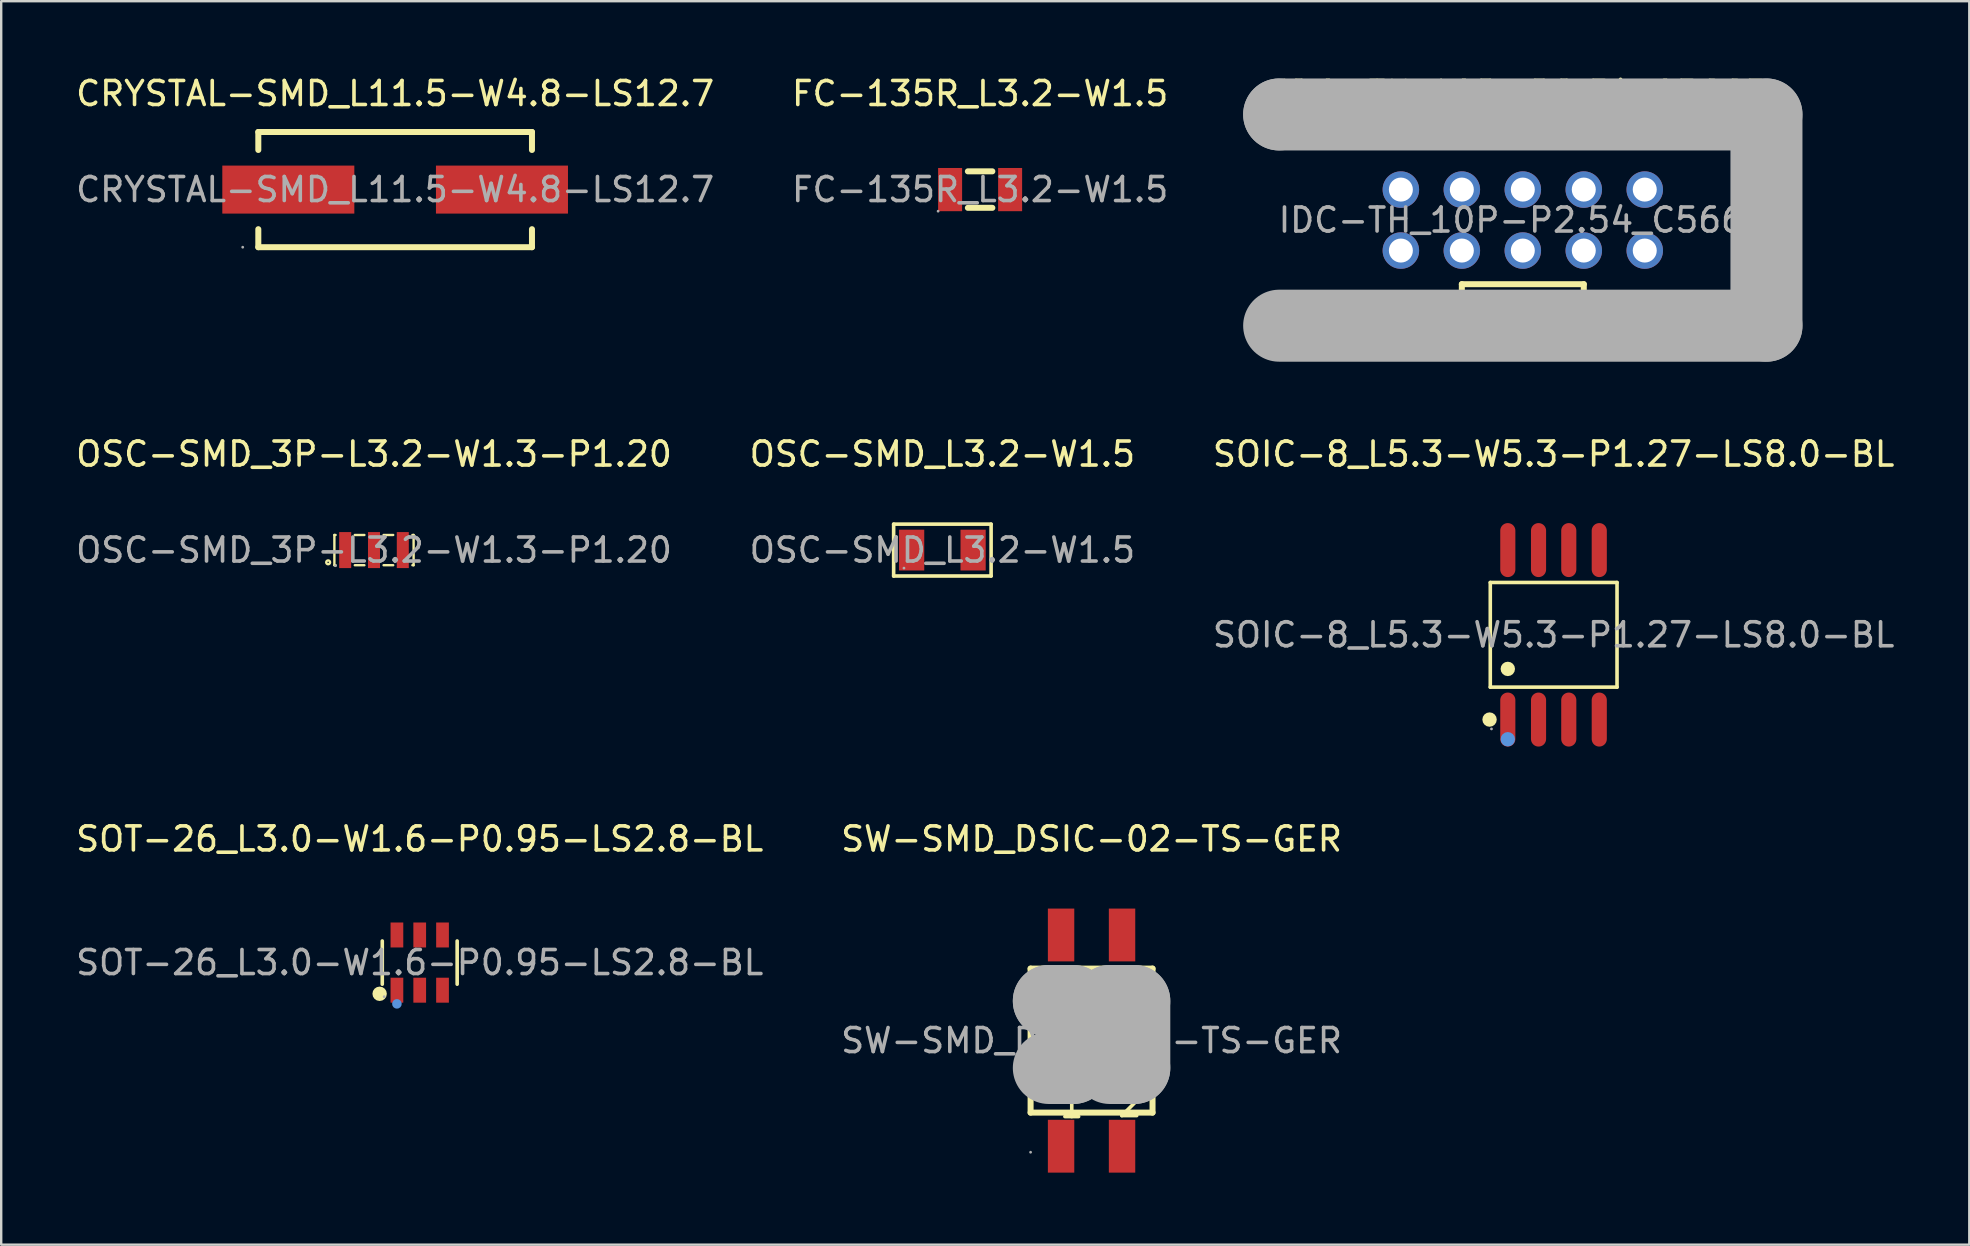
<source format=kicad_pcb>
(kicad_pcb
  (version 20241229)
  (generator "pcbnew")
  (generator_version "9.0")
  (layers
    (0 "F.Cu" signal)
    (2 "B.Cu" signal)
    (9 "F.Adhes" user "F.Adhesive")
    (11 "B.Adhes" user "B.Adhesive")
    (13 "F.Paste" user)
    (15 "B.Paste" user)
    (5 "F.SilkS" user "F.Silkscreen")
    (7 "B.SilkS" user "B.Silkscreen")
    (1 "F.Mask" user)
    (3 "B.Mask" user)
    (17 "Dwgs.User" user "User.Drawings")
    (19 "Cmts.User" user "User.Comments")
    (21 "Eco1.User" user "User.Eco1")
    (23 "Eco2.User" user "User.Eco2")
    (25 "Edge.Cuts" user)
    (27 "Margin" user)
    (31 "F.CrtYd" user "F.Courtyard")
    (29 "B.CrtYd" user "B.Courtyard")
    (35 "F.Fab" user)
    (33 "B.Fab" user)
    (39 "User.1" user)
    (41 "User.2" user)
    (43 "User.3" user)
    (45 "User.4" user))
  (footprint "OSC-SMD_L3.2-W1.5"
    (layer "F.Cu")
    (at 36.208 19.866)
    (property "Reference" "OSC-SMD_L3.2-W1.5" (at 0 -4 0) (layer "F.SilkS") (effects (font (size 1 1) (thickness 0.15))))
    (attr smd)
    (fp_line (start -2.03 -1.08) (end 2.03 -1.08) (stroke (width 0.15) (type solid)) (layer "F.SilkS"))
    (fp_line (start -2.03 1.08) (end -2.03 -1.08) (stroke (width 0.15) (type solid)) (layer "F.SilkS"))
    (fp_line (start 2.03 -1.08) (end 2.03 1.08) (stroke (width 0.15) (type solid)) (layer "F.SilkS"))
    (fp_line (start 2.03 1.08) (end -2.03 1.08) (stroke (width 0.15) (type solid)) (layer "F.SilkS"))
    (fp_circle (center -1.6 0.75) (end -1.57 0.75) (stroke (width 0.06) (type solid)) (fill no) (layer "F.Fab"))
    (fp_text user "${REFERENCE}" (at 0 0 0) (layer "F.Fab") (effects (font (size 1 1) (thickness 0.15))))
    (pad "1" smd rect (at -1.28 0) (size 1.05 1.7) (layers "F.Cu" "F.Mask" "F.Paste"))
    (pad "2" smd rect (at 1.28 0) (size 1.05 1.7) (layers "F.Cu" "F.Mask" "F.Paste")))
  (footprint "IDC-TH_10P-P2.54_C5665"
    (layer "F.Cu")
    (at 60.388 6.118)
    (property "Reference" "IDC-TH_10P-P2.54_C5665" (at 0 -5.27 0) (layer "F.SilkS") (effects (font (size 1 1) (thickness 0.15))))
    (attr through_hole)
    (fp_line (start -2.54 2.67) (end -2.54 4.45) (stroke (width 0.25) (type solid)) (layer "F.SilkS"))
    (fp_line (start -2.54 2.67) (end 2.54 2.67) (stroke (width 0.25) (type solid)) (layer "F.SilkS"))
    (fp_line (start -2.54 4.45) (end -2.49 4.37) (stroke (width 0.25) (type solid)) (layer "F.SilkS"))
    (fp_line (start 2.54 2.67) (end 2.54 4.42) (stroke (width 0.25) (type solid)) (layer "F.SilkS"))
    (fp_line (start 2.54 4.42) (end 2.54 4.37) (stroke (width 0.25) (type solid)) (layer "F.SilkS"))
    (fp_line (start -10.15 -4.4) (end -10.15 -4.4) (stroke (width 3) (type solid)) (layer "F.Fab"))
    (fp_line (start -10.15 -4.4) (end 10.15 -4.4) (stroke (width 3) (type solid)) (layer "F.Fab"))
    (fp_line (start 10.15 -4.4) (end 10.15 4.4) (stroke (width 3) (type solid)) (layer "F.Fab"))
    (fp_line (start 10.15 4.4) (end -10.15 4.4) (stroke (width 3) (type solid)) (layer "F.Fab"))
    (fp_circle (center -10.15 4.4) (end -10.12 4.4) (stroke (width 0.06) (type solid)) (fill no) (layer "F.Fab"))
    (fp_text user "${REFERENCE}" (at 0 0 0) (layer "F.Fab") (effects (font (size 1 1) (thickness 0.15))))
    (pad "1" thru_hole circle (at -5.08 1.27) (size 1.52 1.52) (drill 1) (layers "*.Cu" "*.Mask"))
    (pad "2" thru_hole circle (at -5.08 -1.27) (size 1.52 1.52) (drill 1) (layers "*.Cu" "*.Mask"))
    (pad "3" thru_hole circle (at -2.54 1.27) (size 1.52 1.52) (drill 1) (layers "*.Cu" "*.Mask"))
    (pad "4" thru_hole circle (at -2.54 -1.27) (size 1.52 1.52) (drill 1) (layers "*.Cu" "*.Mask"))
    (pad "5" thru_hole circle (at 0 1.27) (size 1.52 1.52) (drill 1) (layers "*.Cu" "*.Mask"))
    (pad "6" thru_hole circle (at 0 -1.27) (size 1.52 1.52) (drill 1) (layers "*.Cu" "*.Mask"))
    (pad "7" thru_hole circle (at 2.54 1.27) (size 1.52 1.52) (drill 1) (layers "*.Cu" "*.Mask"))
    (pad "8" thru_hole circle (at 2.54 -1.27) (size 1.52 1.52) (drill 1) (layers "*.Cu" "*.Mask"))
    (pad "9" thru_hole circle (at 5.08 1.27) (size 1.52 1.52) (drill 1) (layers "*.Cu" "*.Mask"))
    (pad "10" thru_hole circle (at 5.08 -1.27) (size 1.52 1.52) (drill 1) (layers "*.Cu" "*.Mask")))
  (footprint "FC-135R_L3.2-W1.5"
    (layer "F.Cu")
    (at 37.78 4.848)
    (property "Reference" "FC-135R_L3.2-W1.5" (at 0 -4 0) (layer "F.SilkS") (effects (font (size 1 1) (thickness 0.15))))
    (attr smd)
    (fp_line (start -0.51 -0.76) (end 0.51 -0.76) (stroke (width 0.25) (type solid)) (layer "F.SilkS"))
    (fp_line (start 0.51 0.76) (end -0.51 0.76) (stroke (width 0.25) (type solid)) (layer "F.SilkS"))
    (fp_circle (center -1.75 0.9) (end -1.72 0.9) (stroke (width 0.06) (type solid)) (fill no) (layer "F.Fab"))
    (fp_text user "${REFERENCE}" (at 0 0 0) (layer "F.Fab") (effects (font (size 1 1) (thickness 0.15))))
    (pad "1" smd rect (at -1.25 0 90) (size 1.8 1) (layers "F.Cu" "F.Mask" "F.Paste"))
    (pad "2" smd rect (at 1.25 0 90) (size 1.8 1) (layers "F.Cu" "F.Mask" "F.Paste")))
  (footprint "SOIC-8_L5.3-W5.3-P1.27-LS8.0-BL"
    (layer "F.Cu")
    (at 61.673 23.396)
    (property "Reference" "SOIC-8_L5.3-W5.3-P1.27-LS8.0-BL" (at 0 -7.53 0) (layer "F.SilkS") (effects (font (size 1 1) (thickness 0.15))))
    (attr smd)
    (fp_line (start -2.64 -2.18) (end 2.64 -2.18) (stroke (width 0.15) (type solid)) (layer "F.SilkS"))
    (fp_line (start -2.64 2.18) (end -2.64 -2.18) (stroke (width 0.15) (type solid)) (layer "F.SilkS"))
    (fp_line (start 2.64 -2.18) (end 2.64 2.18) (stroke (width 0.15) (type solid)) (layer "F.SilkS"))
    (fp_line (start 2.64 2.18) (end -2.64 2.18) (stroke (width 0.15) (type solid)) (layer "F.SilkS"))
    (fp_circle (center -2.67 3.53) (end -2.52 3.53) (stroke (width 0.3) (type solid)) (fill no) (layer "F.SilkS"))
    (fp_circle (center -1.91 1.42) (end -1.76 1.42) (stroke (width 0.3) (type solid)) (fill no) (layer "F.SilkS"))
    (fp_circle (center -1.91 4.35) (end -1.76 4.35) (stroke (width 0.3) (type solid)) (fill no) (layer "Cmts.User"))
    (fp_circle (center -2.59 3.92) (end -2.56 3.92) (stroke (width 0.06) (type solid)) (fill no) (layer "F.Fab"))
    (fp_text user "${REFERENCE}" (at 0 0 0) (layer "F.Fab") (effects (font (size 1 1) (thickness 0.15))))
    (pad "1" smd oval (at -1.91 3.53) (size 0.63 2.25) (layers "F.Cu" "F.Mask" "F.Paste"))
    (pad "2" smd oval (at -0.63 3.53) (size 0.63 2.25) (layers "F.Cu" "F.Mask" "F.Paste"))
    (pad "3" smd oval (at 0.63 3.53) (size 0.63 2.25) (layers "F.Cu" "F.Mask" "F.Paste"))
    (pad "4" smd oval (at 1.9 3.53) (size 0.63 2.25) (layers "F.Cu" "F.Mask" "F.Paste"))
    (pad "5" smd oval (at 1.9 -3.53) (size 0.63 2.25) (layers "F.Cu" "F.Mask" "F.Paste"))
    (pad "6" smd oval (at 0.63 -3.53) (size 0.63 2.25) (layers "F.Cu" "F.Mask" "F.Paste"))
    (pad "7" smd oval (at -0.63 -3.53) (size 0.63 2.25) (layers "F.Cu" "F.Mask" "F.Paste"))
    (pad "8" smd oval (at -1.91 -3.53) (size 0.63 2.25) (layers "F.Cu" "F.Mask" "F.Paste")))
  (footprint "CRYSTAL-SMD_L11.5-W4.8-LS12.7"
    (layer "F.Cu")
    (at 13.411 4.848)
    (property "Reference" "CRYSTAL-SMD_L11.5-W4.8-LS12.7" (at 0 -4 0) (layer "F.SilkS") (effects (font (size 1 1) (thickness 0.15))))
    (attr smd)
    (fp_line (start -5.7 -2.4) (end -5.7 -1.65) (stroke (width 0.25) (type solid)) (layer "F.SilkS"))
    (fp_line (start -5.7 2.4) (end -5.7 1.65) (stroke (width 0.25) (type solid)) (layer "F.SilkS"))
    (fp_line (start 5.7 -2.4) (end -5.7 -2.4) (stroke (width 0.25) (type solid)) (layer "F.SilkS"))
    (fp_line (start 5.7 -1.65) (end 5.7 -2.4) (stroke (width 0.25) (type solid)) (layer "F.SilkS"))
    (fp_line (start 5.7 1.65) (end 5.7 2.4) (stroke (width 0.25) (type solid)) (layer "F.SilkS"))
    (fp_line (start 5.7 2.4) (end -5.7 2.4) (stroke (width 0.25) (type solid)) (layer "F.SilkS"))
    (fp_circle (center -6.35 2.4) (end -6.32 2.4) (stroke (width 0.06) (type solid)) (fill no) (layer "F.Fab"))
    (fp_text user "${REFERENCE}" (at 0 0 0) (layer "F.Fab") (effects (font (size 1 1) (thickness 0.15))))
    (pad "1" smd rect (at -4.45 0) (size 5.5 2) (layers "F.Cu" "F.Mask" "F.Paste"))
    (pad "2" smd rect (at 4.45 0) (size 5.5 2) (layers "F.Cu" "F.Mask" "F.Paste")))
  (footprint "OSC-SMD_3P-L3.2-W1.3-P1.20"
    (layer "F.Cu")
    (at 12.53 19.866)
    (property "Reference" "OSC-SMD_3P-L3.2-W1.3-P1.20" (at 0 -4 0) (layer "F.SilkS") (effects (font (size 1 1) (thickness 0.15))))
    (attr smd)
    (fp_line (start -1.65 -0.63) (end -1.6 -0.63) (stroke (width 0.1) (type solid)) (layer "F.SilkS"))
    (fp_line (start -1.65 0.63) (end -1.65 -0.63) (stroke (width 0.1) (type solid)) (layer "F.SilkS"))
    (fp_line (start -1.6 0.63) (end -1.65 0.63) (stroke (width 0.1) (type solid)) (layer "F.SilkS"))
    (fp_line (start -0.8 -0.63) (end -0.4 -0.63) (stroke (width 0.1) (type solid)) (layer "F.SilkS"))
    (fp_line (start -0.4 0.63) (end -0.8 0.63) (stroke (width 0.1) (type solid)) (layer "F.SilkS"))
    (fp_line (start 0.4 -0.63) (end 0.8 -0.63) (stroke (width 0.1) (type solid)) (layer "F.SilkS"))
    (fp_line (start 0.8 0.63) (end 0.4 0.63) (stroke (width 0.1) (type solid)) (layer "F.SilkS"))
    (fp_line (start 1.6 -0.63) (end 1.65 -0.63) (stroke (width 0.1) (type solid)) (layer "F.SilkS"))
    (fp_line (start 1.65 -0.63) (end 1.65 0.63) (stroke (width 0.1) (type solid)) (layer "F.SilkS"))
    (fp_line (start 1.65 0.63) (end 1.6 0.63) (stroke (width 0.1) (type solid)) (layer "F.SilkS"))
    (fp_circle (center -1.91 0.51) (end -1.83 0.51) (stroke (width 0.1) (type solid)) (fill no) (layer "F.SilkS"))
    (fp_circle (center -1.6 0.65) (end -1.57 0.65) (stroke (width 0.06) (type solid)) (fill no) (layer "F.Fab"))
    (fp_text user "${REFERENCE}" (at 0 0 0) (layer "F.Fab") (effects (font (size 1 1) (thickness 0.15))))
    (pad "1" smd rect (at -1.2 0) (size 0.5 1.5) (layers "F.Cu" "F.Mask" "F.Paste"))
    (pad "2" smd rect (at 0 0) (size 0.5 1.5) (layers "F.Cu" "F.Mask" "F.Paste"))
    (pad "3" smd rect (at 1.2 0) (size 0.5 1.5) (layers "F.Cu" "F.Mask" "F.Paste")))
  (footprint "SOT-26_L3.0-W1.6-P0.95-LS2.8-BL"
    (layer "F.Cu")
    (at 14.435 37.05)
    (property "Reference" "SOT-26_L3.0-W1.6-P0.95-LS2.8-BL" (at 0 -5.15 0) (layer "F.SilkS") (effects (font (size 1 1) (thickness 0.15))))
    (attr smd)
    (fp_line (start -1.56 0.9) (end -1.56 -0.9) (stroke (width 0.15) (type solid)) (layer "F.SilkS"))
    (fp_line (start 1.56 0.9) (end 1.56 -0.9) (stroke (width 0.15) (type solid)) (layer "F.SilkS"))
    (fp_circle (center -1.67 1.3) (end -1.52 1.3) (stroke (width 0.3) (type solid)) (fill no) (layer "F.SilkS"))
    (fp_circle (center -0.95 1.72) (end -0.85 1.72) (stroke (width 0.2) (type solid)) (fill no) (layer "Cmts.User"))
    (fp_circle (center -1.48 1.42) (end -1.45 1.42) (stroke (width 0.06) (type solid)) (fill no) (layer "F.Fab"))
    (fp_text user "${REFERENCE}" (at 0 0 0) (layer "F.Fab") (effects (font (size 1 1) (thickness 0.15))))
    (pad "1" smd rect (at -0.95 1.15) (size 0.53 1.04) (layers "F.Cu" "F.Mask" "F.Paste"))
    (pad "2" smd rect (at 0 1.15) (size 0.53 1.04) (layers "F.Cu" "F.Mask" "F.Paste"))
    (pad "3" smd rect (at 0.95 1.15) (size 0.53 1.04) (layers "F.Cu" "F.Mask" "F.Paste"))
    (pad "4" smd rect (at 0.95 -1.15) (size 0.53 1.04) (layers "F.Cu" "F.Mask" "F.Paste"))
    (pad "5" smd rect (at 0 -1.15) (size 0.53 1.04) (layers "F.Cu" "F.Mask" "F.Paste"))
    (pad "6" smd rect (at -0.95 -1.15) (size 0.53 1.04) (layers "F.Cu" "F.Mask" "F.Paste")))
  (footprint "SW-SMD_DSIC-02-TS-GER"
    (layer "F.Cu")
    (at 42.423 40.3)
    (property "Reference" "SW-SMD_DSIC-02-TS-GER" (at 0 -8.4 0) (layer "F.SilkS") (effects (font (size 1 1) (thickness 0.15))))
    (attr smd)
    (fp_line (start -2.54 -3) (end -2.54 3) (stroke (width 0.25) (type solid)) (layer "F.SilkS"))
    (fp_line (start -2.54 -3) (end 2.54 -3) (stroke (width 0.25) (type solid)) (layer "F.SilkS"))
    (fp_line (start -2.54 3) (end 2.54 3) (stroke (width 0.25) (type solid)) (layer "F.SilkS"))
    (fp_line (start -1.78 -0.25) (end -0.89 -0.25) (stroke (width 0.25) (type solid)) (layer "F.SilkS"))
    (fp_line (start -1.65 -0.89) (end -0.89 -0.89) (stroke (width 0.25) (type solid)) (layer "F.SilkS"))
    (fp_line (start 0.76 -0.25) (end 1.65 -0.25) (stroke (width 0.25) (type solid)) (layer "F.SilkS"))
    (fp_line (start 0.89 -0.89) (end 1.65 -0.89) (stroke (width 0.25) (type solid)) (layer "F.SilkS"))
    (fp_line (start 2.54 -3) (end 2.54 3) (stroke (width 0.25) (type solid)) (layer "F.SilkS"))
    (fp_line (start -1.78 -1.65) (end -1.78 -1.65) (stroke (width 3) (type solid)) (layer "F.Fab"))
    (fp_line (start -1.78 -1.65) (end -0.76 -1.65) (stroke (width 3) (type solid)) (layer "F.Fab"))
    (fp_line (start -0.76 -1.65) (end -0.76 1.14) (stroke (width 3) (type solid)) (layer "F.Fab"))
    (fp_line (start -0.76 1.14) (end -1.78 1.14) (stroke (width 3) (type solid)) (layer "F.Fab"))
    (fp_line (start 0.76 -1.65) (end 0.76 -1.65) (stroke (width 3) (type solid)) (layer "F.Fab"))
    (fp_line (start 0.76 -1.65) (end 1.78 -1.65) (stroke (width 3) (type solid)) (layer "F.Fab"))
    (fp_line (start 1.78 -1.65) (end 1.78 1.14) (stroke (width 3) (type solid)) (layer "F.Fab"))
    (fp_line (start 1.78 1.14) (end 0.76 1.14) (stroke (width 3) (type solid)) (layer "F.Fab"))
    (fp_circle (center -2.54 4.65) (end -2.51 4.65) (stroke (width 0.06) (type solid)) (fill no) (layer "F.Fab"))
    (fp_text user "1" (at -1.4 2.71 0) (layer "F.SilkS") (effects (font (size 1 1) (thickness 0.15)) (justify left)))
    (fp_text user "ON" (at -2.29 -2.16 0) (layer "F.SilkS") (effects (font (size 1 1) (thickness 0.1)) (justify left)))
    (fp_text user "2" (at 1.02 2.67 0) (layer "F.SilkS") (effects (font (size 1 1) (thickness 0.15)) (justify left)))
    (fp_text user "${REFERENCE}" (at 0 0 0) (layer "F.Fab") (effects (font (size 1 1) (thickness 0.15))))
    (pad "1" smd rect (at -1.27 4.4) (size 1.1 2.2) (layers "F.Cu" "F.Mask" "F.Paste"))
    (pad "2" smd rect (at 1.27 4.4) (size 1.1 2.2) (layers "F.Cu" "F.Mask" "F.Paste"))
    (pad "3" smd rect (at 1.27 -4.4) (size 1.1 2.2) (layers "F.Cu" "F.Mask" "F.Paste"))
    (pad "4" smd rect (at -1.27 -4.4) (size 1.1 2.2) (layers "F.Cu" "F.Mask" "F.Paste")))
  (gr_rect
    (start -3 -3)
    (end 78.988 48.8)
    (stroke (width 0.1) (type default))
    (fill no)
    (layer "Edge.Cuts")))
</source>
